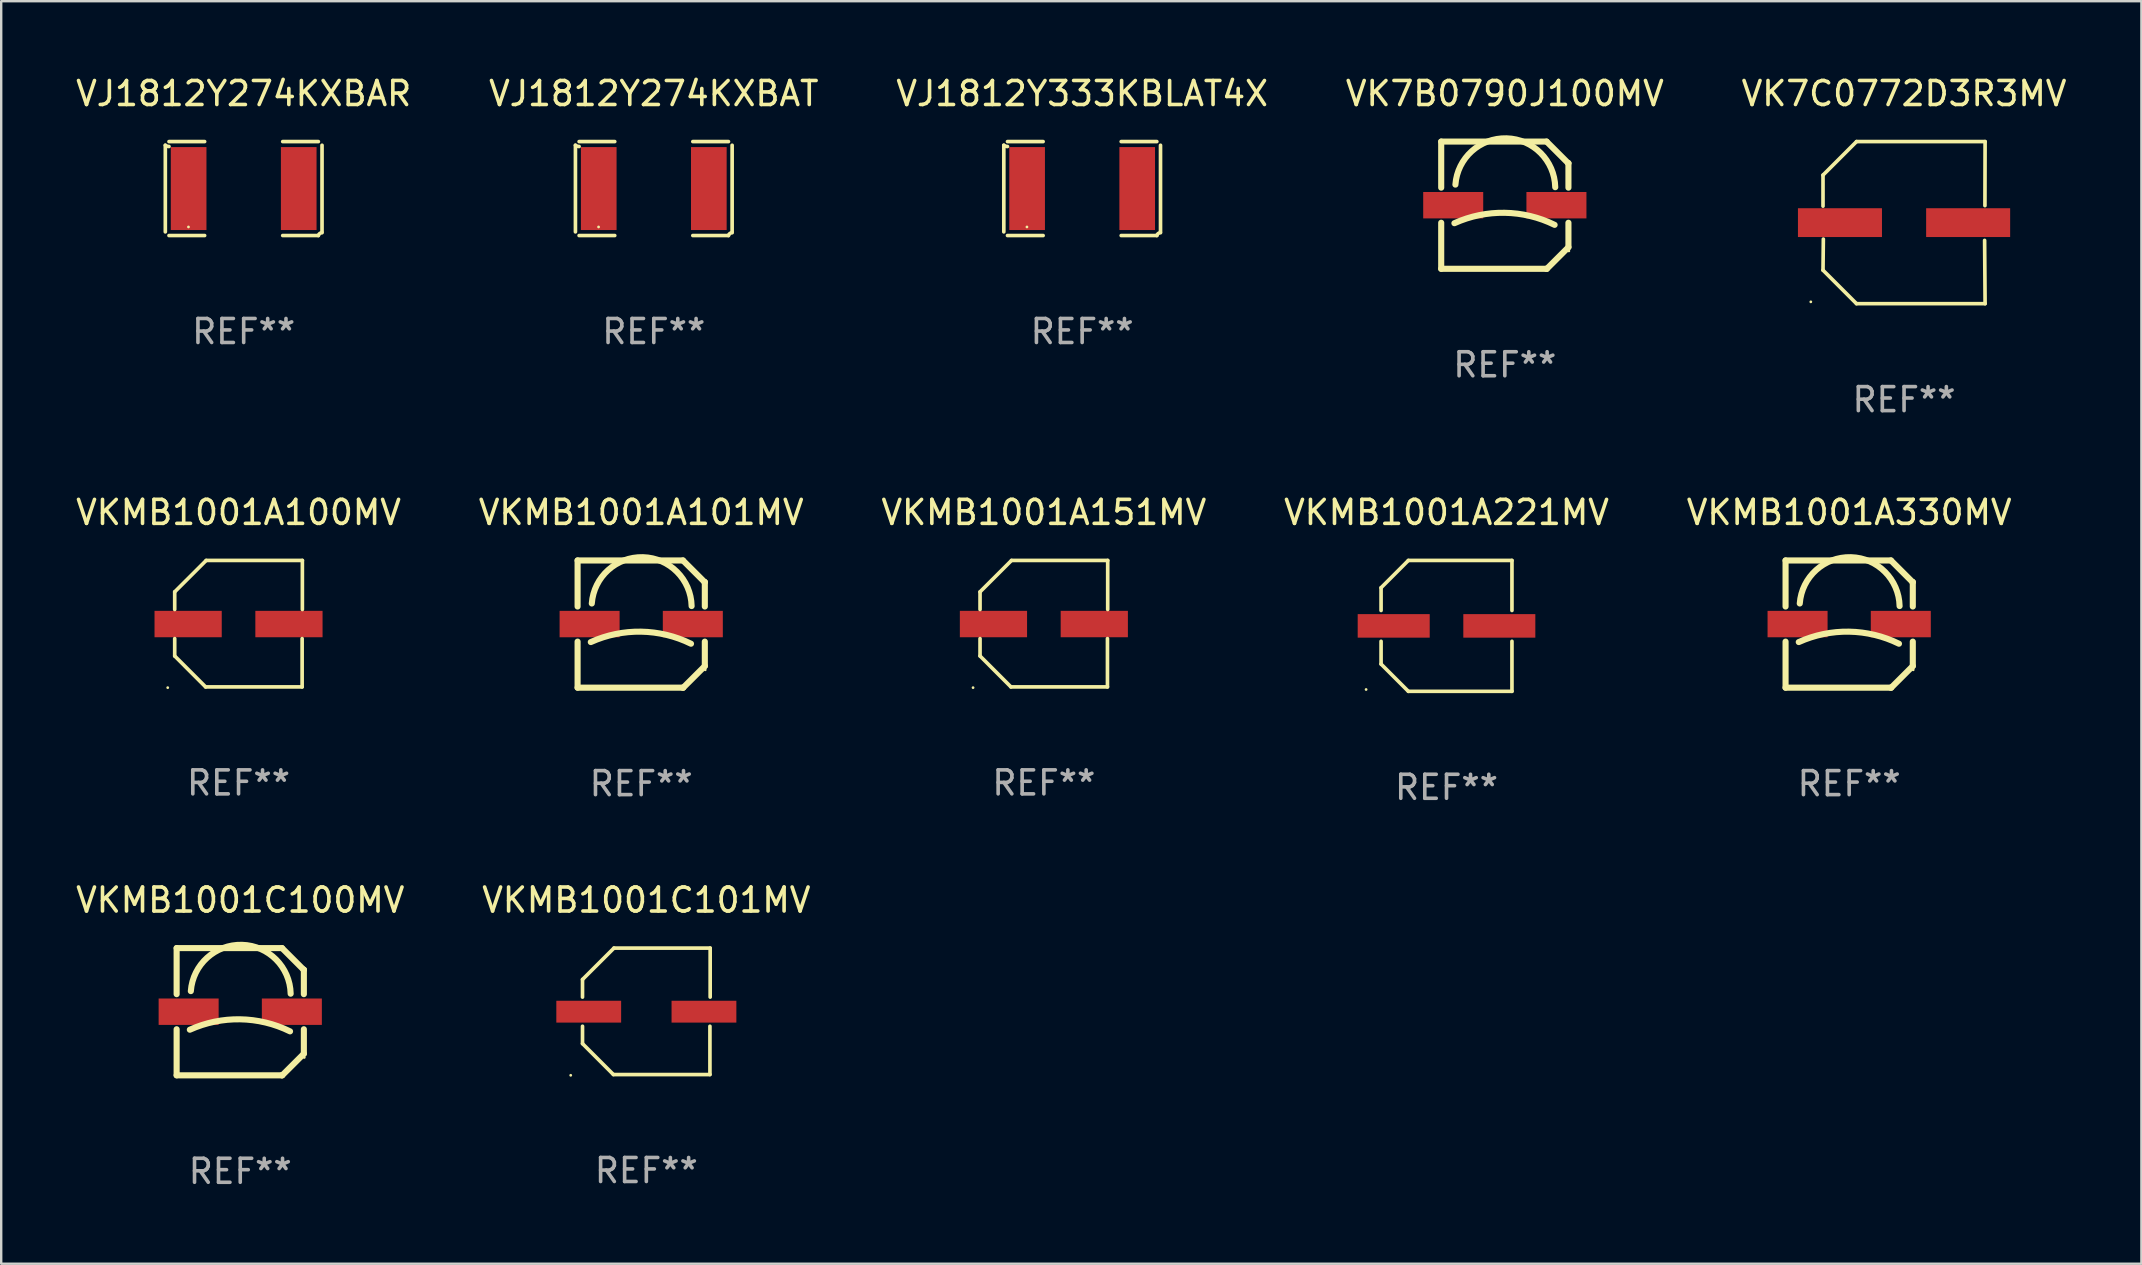
<source format=kicad_pcb>
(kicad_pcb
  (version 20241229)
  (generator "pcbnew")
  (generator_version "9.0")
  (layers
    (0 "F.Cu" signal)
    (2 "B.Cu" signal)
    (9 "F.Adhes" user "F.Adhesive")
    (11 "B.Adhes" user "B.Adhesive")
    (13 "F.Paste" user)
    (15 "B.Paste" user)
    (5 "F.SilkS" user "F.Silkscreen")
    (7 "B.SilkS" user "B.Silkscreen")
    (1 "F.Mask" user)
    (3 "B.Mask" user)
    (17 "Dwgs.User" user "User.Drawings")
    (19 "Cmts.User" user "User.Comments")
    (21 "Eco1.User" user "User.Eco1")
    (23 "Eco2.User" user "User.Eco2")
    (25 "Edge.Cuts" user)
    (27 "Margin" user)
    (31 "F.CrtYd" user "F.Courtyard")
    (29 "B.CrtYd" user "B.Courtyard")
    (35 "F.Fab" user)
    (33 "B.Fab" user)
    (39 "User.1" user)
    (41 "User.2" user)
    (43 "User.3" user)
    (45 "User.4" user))
  (footprint "VK7C0772D3R3MV"
    (layer "F.Cu")
    (at 76.268 6.224)
    (property "Reference" "VK7C0772D3R3MV" (at 0 -5.376 0) (layer "F.SilkS") (effects (font (size 1 1) (thickness 0.15))))
    (attr through_hole)
    (fp_line (start -3.376 -1.98) (end -3.376 -0.686) (stroke (width 0.152) (type solid)) (layer "F.SilkS"))
    (fp_line (start -3.376 1.981) (end -3.362 0.686) (stroke (width 0.152) (type solid)) (layer "F.SilkS"))
    (fp_line (start -1.981 3.376) (end -3.376 1.981) (stroke (width 0.152) (type solid)) (layer "F.SilkS"))
    (fp_line (start -1.98 -3.376) (end -3.376 -1.98) (stroke (width 0.152) (type solid)) (layer "F.SilkS"))
    (fp_line (start 3.356 0.74) (end 3.376 3.376) (stroke (width 0.152) (type solid)) (layer "F.SilkS"))
    (fp_line (start 3.369 -0.707) (end 3.376 -3.376) (stroke (width 0.152) (type solid)) (layer "F.SilkS"))
    (fp_line (start 3.376 3.376) (end -1.981 3.376) (stroke (width 0.152) (type solid)) (layer "F.SilkS"))
    (fp_line (start 3.376 -3.376) (end -1.98 -3.376) (stroke (width 0.152) (type solid)) (layer "F.SilkS"))
    (fp_circle (center -3.884 3.3) (end -3.854 3.3) (stroke (width 0.06) (type solid)) (fill no) (layer "F.SilkS"))
    (fp_text user "REF**" (at 0 7.376 0) (layer "F.Fab") (effects (font (size 1 1) (thickness 0.15))))
    (pad "1" smd rect (at -2.67 0.000178) (size 3.5 1.2) (layers "F.Cu" "F.Mask" "F.Paste"))
    (pad "2" smd rect (at 2.67 0.000178) (size 3.5 1.2) (layers "F.Cu" "F.Mask" "F.Paste")))
  (footprint "VKMB1001A221MV"
    (layer "F.Cu")
    (at 57.208 23.023)
    (property "Reference" "VKMB1001A221MV" (at 0 -4.726 0) (layer "F.SilkS") (effects (font (size 1 1) (thickness 0.15))))
    (attr through_hole)
    (fp_line (start -2.726 -1.59) (end -1.59 -2.726) (stroke (width 0.152) (type solid)) (layer "F.SilkS"))
    (fp_line (start -2.726 -0.642) (end -2.726 -1.59) (stroke (width 0.152) (type solid)) (layer "F.SilkS"))
    (fp_line (start -2.726 0.642) (end -2.726 1.59) (stroke (width 0.152) (type solid)) (layer "F.SilkS"))
    (fp_line (start -2.726 1.59) (end -1.59 2.726) (stroke (width 0.152) (type solid)) (layer "F.SilkS"))
    (fp_line (start -1.59 -2.726) (end 2.726 -2.726) (stroke (width 0.152) (type solid)) (layer "F.SilkS"))
    (fp_line (start -1.59 2.726) (end 2.726 2.726) (stroke (width 0.152) (type solid)) (layer "F.SilkS"))
    (fp_line (start 2.726 -2.726) (end 2.726 -0.642) (stroke (width 0.152) (type solid)) (layer "F.SilkS"))
    (fp_line (start 2.726 2.726) (end 2.726 0.642) (stroke (width 0.152) (type solid)) (layer "F.SilkS"))
    (fp_circle (center -3.35 2.65) (end -3.32 2.65) (stroke (width 0.06) (type solid)) (fill no) (layer "F.SilkS"))
    (fp_text user "REF**" (at 0 6.726 0) (layer "F.Fab") (effects (font (size 1 1) (thickness 0.15))))
    (pad "1" smd rect (at -2.2 -0.000089) (size 3 0.98) (layers "F.Cu" "F.Mask" "F.Paste"))
    (pad "2" smd rect (at 2.2 -0.000089) (size 3 0.98) (layers "F.Cu" "F.Mask" "F.Paste")))
  (footprint "VKMB1001C100MV"
    (layer "F.Cu")
    (at 6.958 39.095)
    (property "Reference" "VKMB1001C100MV" (at 0 -4.65 0) (layer "F.SilkS") (effects (font (size 1 1) (thickness 0.15))))
    (attr through_hole)
    (fp_line (start -2.65 -2.65) (end 1.74 -2.65) (stroke (width 0.254) (type solid)) (layer "F.SilkS"))
    (fp_line (start -2.65 -0.731) (end -2.65 -2.65) (stroke (width 0.254) (type solid)) (layer "F.SilkS"))
    (fp_line (start -2.65 2.65) (end -2.65 0.731) (stroke (width 0.254) (type solid)) (layer "F.SilkS"))
    (fp_line (start -2.65 2.65) (end 1.73 2.65) (stroke (width 0.254) (type solid)) (layer "F.SilkS"))
    (fp_line (start 1.73 2.65) (end 1.75 2.65) (stroke (width 0.254) (type solid)) (layer "F.SilkS"))
    (fp_line (start 1.75 2.65) (end 2.65 1.75) (stroke (width 0.254) (type solid)) (layer "F.SilkS"))
    (fp_line (start 2.64 -1.75) (end 1.74 -2.65) (stroke (width 0.254) (type solid)) (layer "F.SilkS"))
    (fp_line (start 2.65 -1.75) (end 2.64 -1.75) (stroke (width 0.254) (type solid)) (layer "F.SilkS"))
    (fp_line (start 2.65 -0.731) (end 2.65 -1.75) (stroke (width 0.254) (type solid)) (layer "F.SilkS"))
    (fp_line (start 2.65 1.75) (end 2.65 0.731) (stroke (width 0.254) (type solid)) (layer "F.SilkS"))
    (fp_arc (start -2.1 0.749886) (mid -0.005214 0.316693) (end 2.074168 0.818644) (stroke (width 0.254001) (type solid)) (layer "F.SilkS"))
    (fp_arc (start -2.058369 -0.857759) (mid 0.072137 -2.78601) (end 2.1 -0.750089) (stroke (width 0.254001) (type solid)) (layer "F.SilkS"))
    (fp_circle (center 2.667 1.905) (end 2.697 1.905) (stroke (width 0.06) (type solid)) (fill no) (layer "F.SilkS"))
    (fp_text user "REF**" (at 0 6.65 0) (layer "F.Fab") (effects (font (size 1 1) (thickness 0.15))))
    (pad "1" smd rect (at 2.15 0) (size 2.5 1.1) (layers "F.Cu" "F.Mask" "F.Paste"))
    (pad "2" smd rect (at -2.15 0) (size 2.5 1.1) (layers "F.Cu" "F.Mask" "F.Paste")))
  (footprint "VJ1812Y274KXBAT"
    (layer "F.Cu")
    (at 24.185 4.805)
    (property "Reference" "VJ1812Y274KXBAT" (at 0 -3.957 0) (layer "F.SilkS") (effects (font (size 1 1) (thickness 0.15))))
    (attr through_hole)
    (fp_line (start -3.264 1.804) (end -3.264 -1.804) (stroke (width 0.152) (type solid)) (layer "F.SilkS"))
    (fp_line (start -3.111 -1.957) (end -1.626 -1.957) (stroke (width 0.152) (type solid)) (layer "F.SilkS"))
    (fp_line (start -1.626 1.957) (end -3.111 1.957) (stroke (width 0.152) (type solid)) (layer "F.SilkS"))
    (fp_line (start 1.626 1.957) (end 3.111 1.957) (stroke (width 0.152) (type solid)) (layer "F.SilkS"))
    (fp_line (start 3.111 -1.957) (end 1.626 -1.957) (stroke (width 0.152) (type solid)) (layer "F.SilkS"))
    (fp_line (start 3.264 1.804) (end 3.264 -1.804) (stroke (width 0.152) (type solid)) (layer "F.SilkS"))
    (fp_arc (start -3.111202 -1.752192) (mid -3.191715 -1.76555) (end -3.263602 -1.804191) (stroke (width 0.1524) (type solid)) (layer "F.SilkS"))
    (fp_arc (start 3.111201 1.956591) (mid 3.167789 1.872777) (end 3.263602 1.840424) (stroke (width 0.1524) (type solid)) (layer "F.SilkS"))
    (fp_circle (center -2.3 1.6) (end -2.27 1.6) (stroke (width 0.06) (type solid)) (fill no) (layer "F.SilkS"))
    (fp_text user "REF**" (at 0 5.957 0) (layer "F.Fab") (effects (font (size 1 1) (thickness 0.15))))
    (pad "1" smd rect (at -2.293 0) (size 1.485 3.456) (layers "F.Cu" "F.Mask" "F.Paste"))
    (pad "2" smd rect (at 2.293 0) (size 1.485 3.456) (layers "F.Cu" "F.Mask" "F.Paste")))
  (footprint "VKMB1001A330MV"
    (layer "F.Cu")
    (at 73.982 22.947)
    (property "Reference" "VKMB1001A330MV" (at 0 -4.65 0) (layer "F.SilkS") (effects (font (size 1 1) (thickness 0.15))))
    (attr through_hole)
    (fp_line (start -2.65 -2.65) (end 1.74 -2.65) (stroke (width 0.254) (type solid)) (layer "F.SilkS"))
    (fp_line (start -2.65 -0.731) (end -2.65 -2.65) (stroke (width 0.254) (type solid)) (layer "F.SilkS"))
    (fp_line (start -2.65 2.65) (end -2.65 0.731) (stroke (width 0.254) (type solid)) (layer "F.SilkS"))
    (fp_line (start -2.65 2.65) (end 1.73 2.65) (stroke (width 0.254) (type solid)) (layer "F.SilkS"))
    (fp_line (start 1.73 2.65) (end 1.75 2.65) (stroke (width 0.254) (type solid)) (layer "F.SilkS"))
    (fp_line (start 1.75 2.65) (end 2.65 1.75) (stroke (width 0.254) (type solid)) (layer "F.SilkS"))
    (fp_line (start 2.64 -1.75) (end 1.74 -2.65) (stroke (width 0.254) (type solid)) (layer "F.SilkS"))
    (fp_line (start 2.65 -1.75) (end 2.64 -1.75) (stroke (width 0.254) (type solid)) (layer "F.SilkS"))
    (fp_line (start 2.65 -0.731) (end 2.65 -1.75) (stroke (width 0.254) (type solid)) (layer "F.SilkS"))
    (fp_line (start 2.65 1.75) (end 2.65 0.731) (stroke (width 0.254) (type solid)) (layer "F.SilkS"))
    (fp_arc (start -2.1 0.749886) (mid -0.005214 0.316693) (end 2.074168 0.818644) (stroke (width 0.254001) (type solid)) (layer "F.SilkS"))
    (fp_arc (start -2.058369 -0.857759) (mid 0.072137 -2.78601) (end 2.1 -0.750089) (stroke (width 0.254001) (type solid)) (layer "F.SilkS"))
    (fp_circle (center 2.667 1.905) (end 2.697 1.905) (stroke (width 0.06) (type solid)) (fill no) (layer "F.SilkS"))
    (fp_text user "REF**" (at 0 6.65 0) (layer "F.Fab") (effects (font (size 1 1) (thickness 0.15))))
    (pad "1" smd rect (at 2.15 0) (size 2.5 1.1) (layers "F.Cu" "F.Mask" "F.Paste"))
    (pad "2" smd rect (at -2.15 0) (size 2.5 1.1) (layers "F.Cu" "F.Mask" "F.Paste")))
  (footprint "VKMB1001C101MV"
    (layer "F.Cu")
    (at 23.875 39.079)
    (property "Reference" "VKMB1001C101MV" (at 0 -4.634 0) (layer "F.SilkS") (effects (font (size 1 1) (thickness 0.15))))
    (attr through_hole)
    (fp_line (start -2.659 -1.326) (end -2.659 -0.592) (stroke (width 0.152) (type solid)) (layer "F.SilkS"))
    (fp_line (start -2.659 1.346) (end -2.659 0.622) (stroke (width 0.152) (type solid)) (layer "F.SilkS"))
    (fp_line (start -1.372 2.634) (end -2.659 1.346) (stroke (width 0.152) (type solid)) (layer "F.SilkS"))
    (fp_line (start -1.349 -2.634) (end -2.659 -1.326) (stroke (width 0.152) (type solid)) (layer "F.SilkS"))
    (fp_line (start 2.649 0.622) (end 2.649 2.634) (stroke (width 0.152) (type solid)) (layer "F.SilkS"))
    (fp_line (start 2.649 2.634) (end -1.372 2.634) (stroke (width 0.152) (type solid)) (layer "F.SilkS"))
    (fp_line (start 2.659 -2.634) (end -1.349 -2.634) (stroke (width 0.152) (type solid)) (layer "F.SilkS"))
    (fp_line (start 2.659 -0.592) (end 2.659 -2.634) (stroke (width 0.152) (type solid)) (layer "F.SilkS"))
    (fp_circle (center -3.15 2.665) (end -3.12 2.665) (stroke (width 0.06) (type solid)) (fill no) (layer "F.SilkS"))
    (fp_text user "REF**" (at 0 6.634 0) (layer "F.Fab") (effects (font (size 1 1) (thickness 0.15))))
    (pad "1" smd rect (at -2.4 0.015) (size 2.7 0.91) (layers "F.Cu" "F.Mask" "F.Paste"))
    (pad "2" smd rect (at 2.4 0.015) (size 2.7 0.91) (layers "F.Cu" "F.Mask" "F.Paste")))
  (footprint "VKMB1001A100MV"
    (layer "F.Cu")
    (at 6.887 22.931)
    (property "Reference" "VKMB1001A100MV" (at 0 -4.634 0) (layer "F.SilkS") (effects (font (size 1 1) (thickness 0.15))))
    (attr through_hole)
    (fp_line (start -2.659 -1.326) (end -2.659 -0.592) (stroke (width 0.152) (type solid)) (layer "F.SilkS"))
    (fp_line (start -2.659 1.346) (end -2.659 0.622) (stroke (width 0.152) (type solid)) (layer "F.SilkS"))
    (fp_line (start -1.372 2.634) (end -2.659 1.346) (stroke (width 0.152) (type solid)) (layer "F.SilkS"))
    (fp_line (start -1.349 -2.634) (end -2.659 -1.326) (stroke (width 0.152) (type solid)) (layer "F.SilkS"))
    (fp_line (start 2.649 0.622) (end 2.649 2.634) (stroke (width 0.152) (type solid)) (layer "F.SilkS"))
    (fp_line (start 2.649 2.634) (end -1.372 2.634) (stroke (width 0.152) (type solid)) (layer "F.SilkS"))
    (fp_line (start 2.659 -2.634) (end -1.349 -2.634) (stroke (width 0.152) (type solid)) (layer "F.SilkS"))
    (fp_line (start 2.659 -0.592) (end 2.659 -2.634) (stroke (width 0.152) (type solid)) (layer "F.SilkS"))
    (fp_circle (center -2.95 2.665) (end -2.92 2.665) (stroke (width 0.06) (type solid)) (fill no) (layer "F.SilkS"))
    (fp_text user "REF**" (at 0 6.634 0) (layer "F.Fab") (effects (font (size 1 1) (thickness 0.15))))
    (pad "1" smd rect (at -2.1 0.015) (size 2.8 1.1) (layers "F.Cu" "F.Mask" "F.Paste"))
    (pad "2" smd rect (at 2.1 0.015) (size 2.8 1.1) (layers "F.Cu" "F.Mask" "F.Paste")))
  (footprint "VJ1812Y333KBLAT4X"
    (layer "F.Cu")
    (at 42.03 4.805)
    (property "Reference" "VJ1812Y333KBLAT4X" (at 0 -3.957 0) (layer "F.SilkS") (effects (font (size 1 1) (thickness 0.15))))
    (attr through_hole)
    (fp_line (start -3.264 1.804) (end -3.264 -1.804) (stroke (width 0.152) (type solid)) (layer "F.SilkS"))
    (fp_line (start -3.111 -1.957) (end -1.626 -1.957) (stroke (width 0.152) (type solid)) (layer "F.SilkS"))
    (fp_line (start -1.626 1.957) (end -3.111 1.957) (stroke (width 0.152) (type solid)) (layer "F.SilkS"))
    (fp_line (start 1.626 1.957) (end 3.111 1.957) (stroke (width 0.152) (type solid)) (layer "F.SilkS"))
    (fp_line (start 3.111 -1.957) (end 1.626 -1.957) (stroke (width 0.152) (type solid)) (layer "F.SilkS"))
    (fp_line (start 3.264 1.804) (end 3.264 -1.804) (stroke (width 0.152) (type solid)) (layer "F.SilkS"))
    (fp_arc (start -3.111202 -1.752192) (mid -3.191715 -1.76555) (end -3.263602 -1.804191) (stroke (width 0.1524) (type solid)) (layer "F.SilkS"))
    (fp_arc (start 3.111201 1.956591) (mid 3.167789 1.872777) (end 3.263602 1.840424) (stroke (width 0.1524) (type solid)) (layer "F.SilkS"))
    (fp_circle (center -2.3 1.6) (end -2.27 1.6) (stroke (width 0.06) (type solid)) (fill no) (layer "F.SilkS"))
    (fp_text user "REF**" (at 0 5.957 0) (layer "F.Fab") (effects (font (size 1 1) (thickness 0.15))))
    (pad "1" smd rect (at -2.293 0) (size 1.485 3.456) (layers "F.Cu" "F.Mask" "F.Paste"))
    (pad "2" smd rect (at 2.293 0) (size 1.485 3.456) (layers "F.Cu" "F.Mask" "F.Paste")))
  (footprint "VJ1812Y274KXBAR"
    (layer "F.Cu")
    (at 7.101 4.805)
    (property "Reference" "VJ1812Y274KXBAR" (at 0 -3.957 0) (layer "F.SilkS") (effects (font (size 1 1) (thickness 0.15))))
    (attr through_hole)
    (fp_line (start -3.264 1.804) (end -3.264 -1.804) (stroke (width 0.152) (type solid)) (layer "F.SilkS"))
    (fp_line (start -3.111 -1.957) (end -1.626 -1.957) (stroke (width 0.152) (type solid)) (layer "F.SilkS"))
    (fp_line (start -1.626 1.957) (end -3.111 1.957) (stroke (width 0.152) (type solid)) (layer "F.SilkS"))
    (fp_line (start 1.626 1.957) (end 3.111 1.957) (stroke (width 0.152) (type solid)) (layer "F.SilkS"))
    (fp_line (start 3.111 -1.957) (end 1.626 -1.957) (stroke (width 0.152) (type solid)) (layer "F.SilkS"))
    (fp_line (start 3.264 1.804) (end 3.264 -1.804) (stroke (width 0.152) (type solid)) (layer "F.SilkS"))
    (fp_arc (start -3.111202 -1.752192) (mid -3.191715 -1.76555) (end -3.263602 -1.804191) (stroke (width 0.1524) (type solid)) (layer "F.SilkS"))
    (fp_arc (start 3.111201 1.956591) (mid 3.167789 1.872777) (end 3.263602 1.840424) (stroke (width 0.1524) (type solid)) (layer "F.SilkS"))
    (fp_circle (center -2.3 1.6) (end -2.27 1.6) (stroke (width 0.06) (type solid)) (fill no) (layer "F.SilkS"))
    (fp_text user "REF**" (at 0 5.957 0) (layer "F.Fab") (effects (font (size 1 1) (thickness 0.15))))
    (pad "1" smd rect (at -2.293 0) (size 1.485 3.456) (layers "F.Cu" "F.Mask" "F.Paste"))
    (pad "2" smd rect (at 2.293 0) (size 1.485 3.456) (layers "F.Cu" "F.Mask" "F.Paste")))
  (footprint "VK7B0790J100MV"
    (layer "F.Cu")
    (at 59.637 5.498)
    (property "Reference" "VK7B0790J100MV" (at 0 -4.65 0) (layer "F.SilkS") (effects (font (size 1 1) (thickness 0.15))))
    (attr through_hole)
    (fp_line (start -2.65 -2.65) (end 1.74 -2.65) (stroke (width 0.254) (type solid)) (layer "F.SilkS"))
    (fp_line (start -2.65 -0.731) (end -2.65 -2.65) (stroke (width 0.254) (type solid)) (layer "F.SilkS"))
    (fp_line (start -2.65 2.65) (end -2.65 0.731) (stroke (width 0.254) (type solid)) (layer "F.SilkS"))
    (fp_line (start -2.65 2.65) (end 1.73 2.65) (stroke (width 0.254) (type solid)) (layer "F.SilkS"))
    (fp_line (start 1.73 2.65) (end 1.75 2.65) (stroke (width 0.254) (type solid)) (layer "F.SilkS"))
    (fp_line (start 1.75 2.65) (end 2.65 1.75) (stroke (width 0.254) (type solid)) (layer "F.SilkS"))
    (fp_line (start 2.64 -1.75) (end 1.74 -2.65) (stroke (width 0.254) (type solid)) (layer "F.SilkS"))
    (fp_line (start 2.65 -1.75) (end 2.64 -1.75) (stroke (width 0.254) (type solid)) (layer "F.SilkS"))
    (fp_line (start 2.65 -0.731) (end 2.65 -1.75) (stroke (width 0.254) (type solid)) (layer "F.SilkS"))
    (fp_line (start 2.65 1.75) (end 2.65 0.731) (stroke (width 0.254) (type solid)) (layer "F.SilkS"))
    (fp_arc (start -2.1 0.749886) (mid -0.005214 0.316693) (end 2.074168 0.818644) (stroke (width 0.254001) (type solid)) (layer "F.SilkS"))
    (fp_arc (start -2.058369 -0.857759) (mid 0.072137 -2.78601) (end 2.1 -0.750089) (stroke (width 0.254001) (type solid)) (layer "F.SilkS"))
    (fp_circle (center 2.667 1.905) (end 2.697 1.905) (stroke (width 0.06) (type solid)) (fill no) (layer "F.SilkS"))
    (fp_text user "REF**" (at 0 6.65 0) (layer "F.Fab") (effects (font (size 1 1) (thickness 0.15))))
    (pad "1" smd rect (at 2.15 0) (size 2.5 1.1) (layers "F.Cu" "F.Mask" "F.Paste"))
    (pad "2" smd rect (at -2.15 0) (size 2.5 1.1) (layers "F.Cu" "F.Mask" "F.Paste")))
  (footprint "VKMB1001A151MV"
    (layer "F.Cu")
    (at 40.435 22.931)
    (property "Reference" "VKMB1001A151MV" (at 0 -4.634 0) (layer "F.SilkS") (effects (font (size 1 1) (thickness 0.15))))
    (attr through_hole)
    (fp_line (start -2.659 -1.326) (end -2.659 -0.592) (stroke (width 0.152) (type solid)) (layer "F.SilkS"))
    (fp_line (start -2.659 1.346) (end -2.659 0.622) (stroke (width 0.152) (type solid)) (layer "F.SilkS"))
    (fp_line (start -1.372 2.634) (end -2.659 1.346) (stroke (width 0.152) (type solid)) (layer "F.SilkS"))
    (fp_line (start -1.349 -2.634) (end -2.659 -1.326) (stroke (width 0.152) (type solid)) (layer "F.SilkS"))
    (fp_line (start 2.649 0.622) (end 2.649 2.634) (stroke (width 0.152) (type solid)) (layer "F.SilkS"))
    (fp_line (start 2.649 2.634) (end -1.372 2.634) (stroke (width 0.152) (type solid)) (layer "F.SilkS"))
    (fp_line (start 2.659 -2.634) (end -1.349 -2.634) (stroke (width 0.152) (type solid)) (layer "F.SilkS"))
    (fp_line (start 2.659 -0.592) (end 2.659 -2.634) (stroke (width 0.152) (type solid)) (layer "F.SilkS"))
    (fp_circle (center -2.95 2.665) (end -2.92 2.665) (stroke (width 0.06) (type solid)) (fill no) (layer "F.SilkS"))
    (fp_text user "REF**" (at 0 6.634 0) (layer "F.Fab") (effects (font (size 1 1) (thickness 0.15))))
    (pad "1" smd rect (at -2.1 0.015) (size 2.8 1.1) (layers "F.Cu" "F.Mask" "F.Paste"))
    (pad "2" smd rect (at 2.1 0.015) (size 2.8 1.1) (layers "F.Cu" "F.Mask" "F.Paste")))
  (footprint "VKMB1001A101MV"
    (layer "F.Cu")
    (at 23.661 22.947)
    (property "Reference" "VKMB1001A101MV" (at 0 -4.65 0) (layer "F.SilkS") (effects (font (size 1 1) (thickness 0.15))))
    (attr through_hole)
    (fp_line (start -2.65 -2.65) (end 1.74 -2.65) (stroke (width 0.254) (type solid)) (layer "F.SilkS"))
    (fp_line (start -2.65 -0.731) (end -2.65 -2.65) (stroke (width 0.254) (type solid)) (layer "F.SilkS"))
    (fp_line (start -2.65 2.65) (end -2.65 0.731) (stroke (width 0.254) (type solid)) (layer "F.SilkS"))
    (fp_line (start -2.65 2.65) (end 1.73 2.65) (stroke (width 0.254) (type solid)) (layer "F.SilkS"))
    (fp_line (start 1.73 2.65) (end 1.75 2.65) (stroke (width 0.254) (type solid)) (layer "F.SilkS"))
    (fp_line (start 1.75 2.65) (end 2.65 1.75) (stroke (width 0.254) (type solid)) (layer "F.SilkS"))
    (fp_line (start 2.64 -1.75) (end 1.74 -2.65) (stroke (width 0.254) (type solid)) (layer "F.SilkS"))
    (fp_line (start 2.65 -1.75) (end 2.64 -1.75) (stroke (width 0.254) (type solid)) (layer "F.SilkS"))
    (fp_line (start 2.65 -0.731) (end 2.65 -1.75) (stroke (width 0.254) (type solid)) (layer "F.SilkS"))
    (fp_line (start 2.65 1.75) (end 2.65 0.731) (stroke (width 0.254) (type solid)) (layer "F.SilkS"))
    (fp_arc (start -2.1 0.749886) (mid -0.005214 0.316693) (end 2.074168 0.818644) (stroke (width 0.254001) (type solid)) (layer "F.SilkS"))
    (fp_arc (start -2.058369 -0.857759) (mid 0.072137 -2.78601) (end 2.1 -0.750089) (stroke (width 0.254001) (type solid)) (layer "F.SilkS"))
    (fp_circle (center 2.667 1.905) (end 2.697 1.905) (stroke (width 0.06) (type solid)) (fill no) (layer "F.SilkS"))
    (fp_text user "REF**" (at 0 6.65 0) (layer "F.Fab") (effects (font (size 1 1) (thickness 0.15))))
    (pad "1" smd rect (at 2.15 0) (size 2.5 1.1) (layers "F.Cu" "F.Mask" "F.Paste"))
    (pad "2" smd rect (at -2.15 0) (size 2.5 1.1) (layers "F.Cu" "F.Mask" "F.Paste")))
  (gr_rect
    (start -3 -3)
    (end 86.155 49.594)
    (stroke (width 0.1) (type default))
    (fill no)
    (layer "Edge.Cuts")))
</source>
